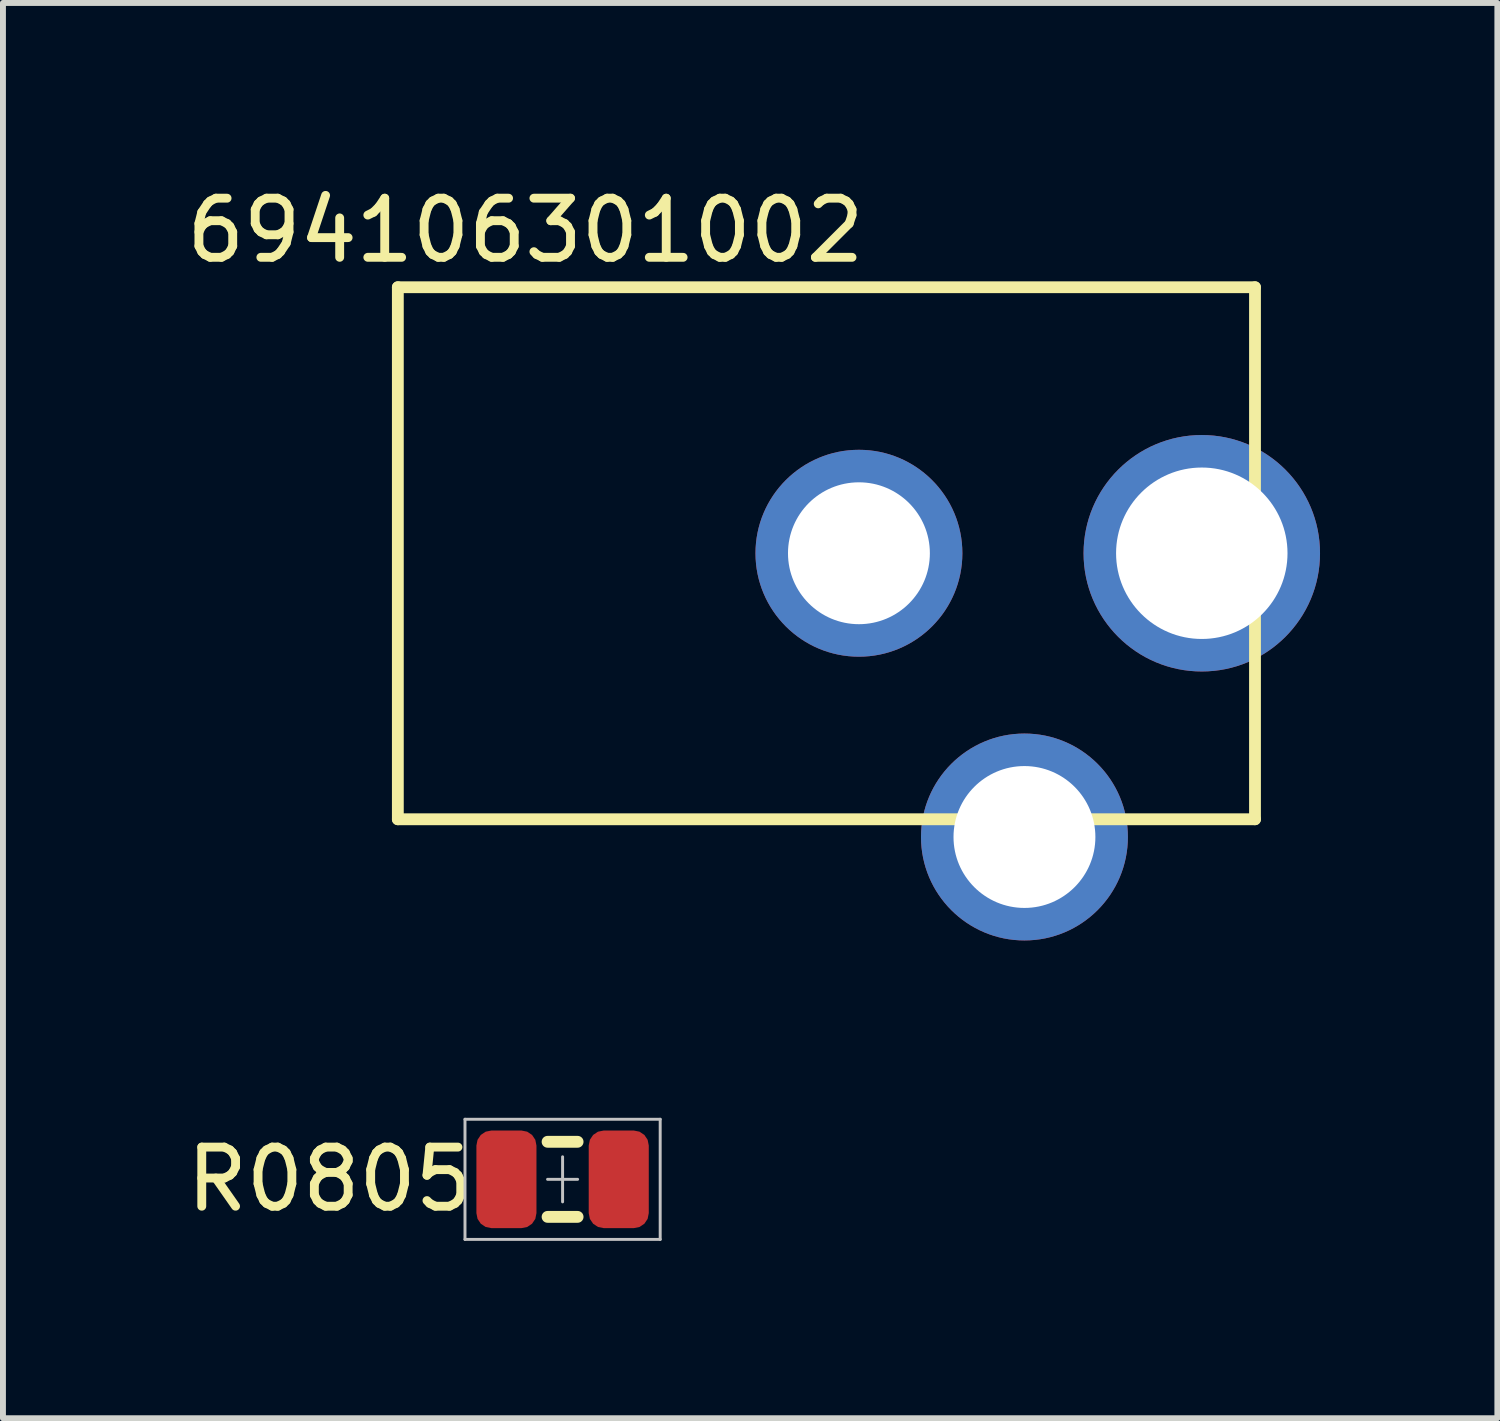
<source format=kicad_pcb>
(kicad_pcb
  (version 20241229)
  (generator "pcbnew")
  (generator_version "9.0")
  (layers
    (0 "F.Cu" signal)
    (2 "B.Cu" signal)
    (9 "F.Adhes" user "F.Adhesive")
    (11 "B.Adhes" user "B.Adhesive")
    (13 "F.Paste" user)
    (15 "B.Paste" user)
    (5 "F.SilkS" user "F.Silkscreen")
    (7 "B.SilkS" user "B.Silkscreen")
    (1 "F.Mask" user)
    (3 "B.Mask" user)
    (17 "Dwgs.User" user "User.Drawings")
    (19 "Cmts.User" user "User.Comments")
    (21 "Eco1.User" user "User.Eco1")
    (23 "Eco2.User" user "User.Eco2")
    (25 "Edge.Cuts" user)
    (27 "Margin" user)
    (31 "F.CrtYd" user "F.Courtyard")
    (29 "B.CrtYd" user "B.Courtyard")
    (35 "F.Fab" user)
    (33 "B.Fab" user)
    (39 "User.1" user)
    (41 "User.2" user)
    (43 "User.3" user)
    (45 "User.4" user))
  (footprint "R0805"
    (layer "F.Cu")
    (at 6.467 16.9)
    (property "Reference" "R0805" (at -3.937 0 0) (layer "F.SilkS") (effects (font (size 1 1) (thickness 0.15))))
    (attr through_hole)
    (fp_line (start -0.254 -0.635) (end 0.254 -0.635) (stroke (width 0.2) (type solid)) (layer "F.SilkS"))
    (fp_line (start -0.254 0.635) (end 0.254 0.635) (stroke (width 0.2) (type solid)) (layer "F.SilkS"))
    (fp_line (start -1.651 -1.016) (end -1.651 1.016) (stroke (width 0.05) (type solid)) (layer "Dwgs.User"))
    (fp_line (start -1.651 -1.016) (end 1.651 -1.016) (stroke (width 0.05) (type solid)) (layer "Dwgs.User"))
    (fp_line (start -1.651 1.016) (end 1.651 1.016) (stroke (width 0.05) (type solid)) (layer "Dwgs.User"))
    (fp_line (start 0 -0.381) (end 0 0.381) (stroke (width 0.05) (type solid)) (layer "Dwgs.User"))
    (fp_line (start 0.254 0) (end -0.254 0) (stroke (width 0.05) (type solid)) (layer "Dwgs.User"))
    (fp_line (start 1.651 1.016) (end 1.651 -1.016) (stroke (width 0.05) (type solid)) (layer "Dwgs.User"))
    (fp_line (start -1 -0.635) (end -1 0.635) (stroke (width 0.05) (type solid)) (layer "Eco1.User"))
    (fp_line (start -1 -0.635) (end 1 -0.635) (stroke (width 0.05) (type solid)) (layer "Eco1.User"))
    (fp_line (start 1 -0.635) (end 1 0.635) (stroke (width 0.05) (type solid)) (layer "Eco1.User"))
    (fp_line (start 1 0.635) (end -1 0.635) (stroke (width 0.05) (type solid)) (layer "Eco1.User"))
    (pad "1" smd roundrect (at -0.95 0) (size 1.016 1.651) (layers "F.Cu" "F.Mask" "F.Paste") (roundrect_rratio 0.25))
    (pad "2" smd roundrect (at 0.95 0) (size 1.016 1.651) (layers "F.Cu" "F.Mask" "F.Paste") (roundrect_rratio 0.25)))
  (footprint "694106301002"
    (layer "F.Cu")
    (at 3.68 6.309)
    (property "Reference" "694106301002" (at 2.159 -5.461 0) (layer "F.SilkS") (effects (font (size 1 1) (thickness 0.15))))
    (attr through_hole)
    (fp_line (start 0 -4.5) (end 0 4.5) (stroke (width 0.2) (type solid)) (layer "F.SilkS"))
    (fp_line (start 14.5 -4.5) (end 0 -4.5) (stroke (width 0.2) (type solid)) (layer "F.SilkS"))
    (fp_line (start 14.5 -4.5) (end 14.5 4.5) (stroke (width 0.2) (type solid)) (layer "F.SilkS"))
    (fp_line (start 14.5 4.5) (end 0 4.5) (stroke (width 0.2) (type solid)) (layer "F.SilkS"))
    (pad "1" thru_hole circle (at 13.6 0) (size 4 4) (drill 2.9) (layers "*.Cu" "*.Mask"))
    (pad "2" thru_hole circle (at 7.8 0) (size 3.5 3.5) (drill 2.4) (layers "*.Cu" "*.Mask"))
    (pad "3" thru_hole circle (at 10.6 4.8) (size 3.5 3.5) (drill 2.4) (layers "*.Cu" "*.Mask")))
  (gr_rect
    (start -3 -3)
    (end 22.28 20.941)
    (stroke (width 0.1) (type default))
    (fill no)
    (layer "Edge.Cuts")))
</source>
